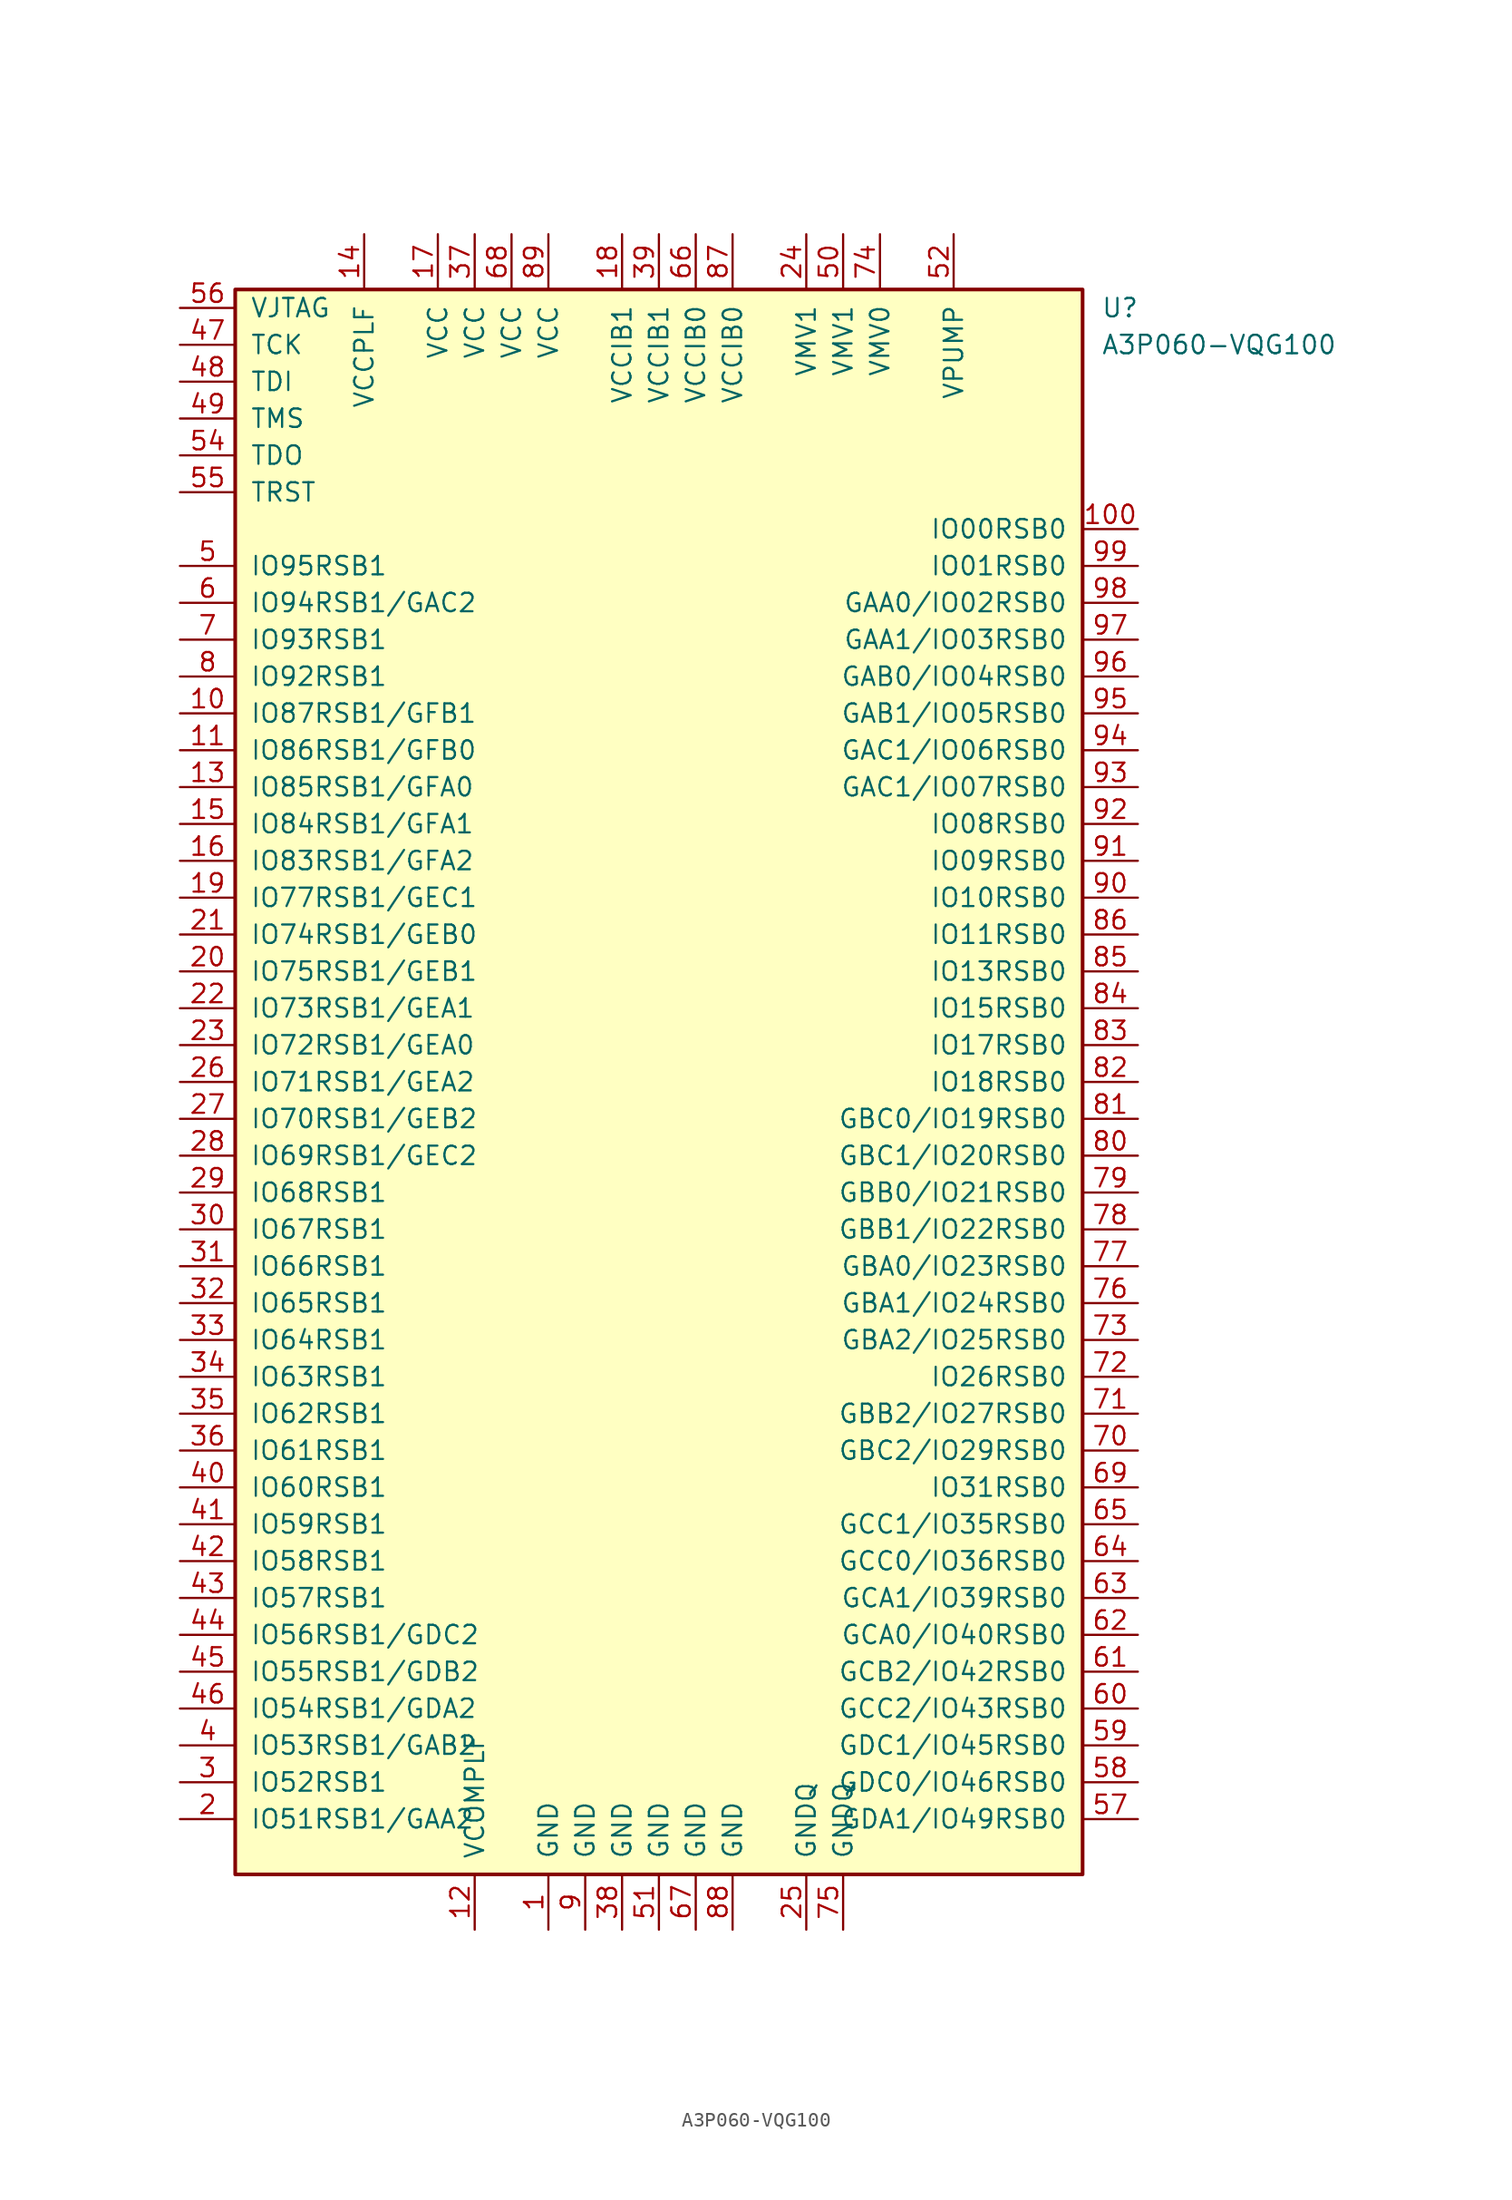
<source format=kicad_sym>
(kicad_symbol_lib
  (version 20231120)
  (generator "kicad_symbol_editor")
  (generator_version "8.0")
  (symbol "A3P060-VQG100"
    (pin_names
      (offset 1.016))
    (property "Reference" "U"
      (at 30.48 53.34 0)
      (effects (font (size 1.27 1.27)) (justify left)))
    (property "Value" "A3P060-VQG100"
      (at 30.48 50.8 0)
      (effects (font (size 1.27 1.27)) (justify left)))
    (symbol "A3P060-VQG100_0_1"
      (rectangle (start -29.21 54.61) (end 29.21 -54.61) (stroke (width 0.254) (type default)) (fill (type background))))
    (symbol "A3P060-VQG100_1_1"
      (pin power_in line (at -7.62 -58.42 90) (length 3.81) (name "GND" (effects (font (size 1.27 1.27)))) (number "1" (effects (font (size 1.27 1.27)))))
      (pin bidirectional line (at -33.02 25.4 0) (length 3.81) (name "IO87RSB1/GFB1" (effects (font (size 1.27 1.27)))) (number "10" (effects (font (size 1.27 1.27)))))
      (pin bidirectional line (at 33.02 38.1 180) (length 3.81) (name "IO00RSB0" (effects (font (size 1.27 1.27)))) (number "100" (effects (font (size 1.27 1.27)))))
      (pin bidirectional line (at -33.02 22.86 0) (length 3.81) (name "IO86RSB1/GFB0" (effects (font (size 1.27 1.27)))) (number "11" (effects (font (size 1.27 1.27)))))
      (pin power_in line (at -12.7 -58.42 90) (length 3.81) (name "VCOMPLF" (effects (font (size 1.27 1.27)))) (number "12" (effects (font (size 1.27 1.27)))))
      (pin bidirectional line (at -33.02 20.32 0) (length 3.81) (name "IO85RSB1/GFA0" (effects (font (size 1.27 1.27)))) (number "13" (effects (font (size 1.27 1.27)))))
      (pin power_in line (at -20.32 58.42 270) (length 3.81) (name "VCCPLF" (effects (font (size 1.27 1.27)))) (number "14" (effects (font (size 1.27 1.27)))))
      (pin bidirectional line (at -33.02 17.78 0) (length 3.81) (name "IO84RSB1/GFA1" (effects (font (size 1.27 1.27)))) (number "15" (effects (font (size 1.27 1.27)))))
      (pin bidirectional line (at -33.02 15.24 0) (length 3.81) (name "IO83RSB1/GFA2" (effects (font (size 1.27 1.27)))) (number "16" (effects (font (size 1.27 1.27)))))
      (pin power_in line (at -15.24 58.42 270) (length 3.81) (name "VCC" (effects (font (size 1.27 1.27)))) (number "17" (effects (font (size 1.27 1.27)))))
      (pin power_in line (at -2.54 58.42 270) (length 3.81) (name "VCCIB1" (effects (font (size 1.27 1.27)))) (number "18" (effects (font (size 1.27 1.27)))))
      (pin bidirectional line (at -33.02 12.7 0) (length 3.81) (name "IO77RSB1/GEC1" (effects (font (size 1.27 1.27)))) (number "19" (effects (font (size 1.27 1.27)))))
      (pin bidirectional line (at -33.02 -50.8 0) (length 3.81) (name "IO51RSB1/GAA2" (effects (font (size 1.27 1.27)))) (number "2" (effects (font (size 1.27 1.27)))))
      (pin bidirectional line (at -33.02 7.62 0) (length 3.81) (name "IO75RSB1/GEB1" (effects (font (size 1.27 1.27)))) (number "20" (effects (font (size 1.27 1.27)))))
      (pin bidirectional line (at -33.02 10.16 0) (length 3.81) (name "IO74RSB1/GEB0" (effects (font (size 1.27 1.27)))) (number "21" (effects (font (size 1.27 1.27)))))
      (pin bidirectional line (at -33.02 5.08 0) (length 3.81) (name "IO73RSB1/GEA1" (effects (font (size 1.27 1.27)))) (number "22" (effects (font (size 1.27 1.27)))))
      (pin bidirectional line (at -33.02 2.54 0) (length 3.81) (name "IO72RSB1/GEA0" (effects (font (size 1.27 1.27)))) (number "23" (effects (font (size 1.27 1.27)))))
      (pin power_in line (at 10.16 58.42 270) (length 3.81) (name "VMV1" (effects (font (size 1.27 1.27)))) (number "24" (effects (font (size 1.27 1.27)))))
      (pin power_in line (at 10.16 -58.42 90) (length 3.81) (name "GNDQ" (effects (font (size 1.27 1.27)))) (number "25" (effects (font (size 1.27 1.27)))))
      (pin bidirectional line (at -33.02 0 0) (length 3.81) (name "IO71RSB1/GEA2" (effects (font (size 1.27 1.27)))) (number "26" (effects (font (size 1.27 1.27)))))
      (pin bidirectional line (at -33.02 -2.54 0) (length 3.81) (name "IO70RSB1/GEB2" (effects (font (size 1.27 1.27)))) (number "27" (effects (font (size 1.27 1.27)))))
      (pin bidirectional line (at -33.02 -5.08 0) (length 3.81) (name "IO69RSB1/GEC2" (effects (font (size 1.27 1.27)))) (number "28" (effects (font (size 1.27 1.27)))))
      (pin bidirectional line (at -33.02 -7.62 0) (length 3.81) (name "IO68RSB1" (effects (font (size 1.27 1.27)))) (number "29" (effects (font (size 1.27 1.27)))))
      (pin bidirectional line (at -33.02 -48.26 0) (length 3.81) (name "IO52RSB1" (effects (font (size 1.27 1.27)))) (number "3" (effects (font (size 1.27 1.27)))))
      (pin bidirectional line (at -33.02 -10.16 0) (length 3.81) (name "IO67RSB1" (effects (font (size 1.27 1.27)))) (number "30" (effects (font (size 1.27 1.27)))))
      (pin bidirectional line (at -33.02 -12.7 0) (length 3.81) (name "IO66RSB1" (effects (font (size 1.27 1.27)))) (number "31" (effects (font (size 1.27 1.27)))))
      (pin bidirectional line (at -33.02 -15.24 0) (length 3.81) (name "IO65RSB1" (effects (font (size 1.27 1.27)))) (number "32" (effects (font (size 1.27 1.27)))))
      (pin bidirectional line (at -33.02 -17.78 0) (length 3.81) (name "IO64RSB1" (effects (font (size 1.27 1.27)))) (number "33" (effects (font (size 1.27 1.27)))))
      (pin bidirectional line (at -33.02 -20.32 0) (length 3.81) (name "IO63RSB1" (effects (font (size 1.27 1.27)))) (number "34" (effects (font (size 1.27 1.27)))))
      (pin bidirectional line (at -33.02 -22.86 0) (length 3.81) (name "IO62RSB1" (effects (font (size 1.27 1.27)))) (number "35" (effects (font (size 1.27 1.27)))))
      (pin bidirectional line (at -33.02 -25.4 0) (length 3.81) (name "IO61RSB1" (effects (font (size 1.27 1.27)))) (number "36" (effects (font (size 1.27 1.27)))))
      (pin power_in line (at -12.7 58.42 270) (length 3.81) (name "VCC" (effects (font (size 1.27 1.27)))) (number "37" (effects (font (size 1.27 1.27)))))
      (pin power_in line (at -2.54 -58.42 90) (length 3.81) (name "GND" (effects (font (size 1.27 1.27)))) (number "38" (effects (font (size 1.27 1.27)))))
      (pin power_in line (at 0 58.42 270) (length 3.81) (name "VCCIB1" (effects (font (size 1.27 1.27)))) (number "39" (effects (font (size 1.27 1.27)))))
      (pin bidirectional line (at -33.02 -45.72 0) (length 3.81) (name "IO53RSB1/GAB2" (effects (font (size 1.27 1.27)))) (number "4" (effects (font (size 1.27 1.27)))))
      (pin bidirectional line (at -33.02 -27.94 0) (length 3.81) (name "IO60RSB1" (effects (font (size 1.27 1.27)))) (number "40" (effects (font (size 1.27 1.27)))))
      (pin bidirectional line (at -33.02 -30.48 0) (length 3.81) (name "IO59RSB1" (effects (font (size 1.27 1.27)))) (number "41" (effects (font (size 1.27 1.27)))))
      (pin bidirectional line (at -33.02 -33.02 0) (length 3.81) (name "IO58RSB1" (effects (font (size 1.27 1.27)))) (number "42" (effects (font (size 1.27 1.27)))))
      (pin bidirectional line (at -33.02 -35.56 0) (length 3.81) (name "IO57RSB1" (effects (font (size 1.27 1.27)))) (number "43" (effects (font (size 1.27 1.27)))))
      (pin bidirectional line (at -33.02 -38.1 0) (length 3.81) (name "IO56RSB1/GDC2" (effects (font (size 1.27 1.27)))) (number "44" (effects (font (size 1.27 1.27)))))
      (pin bidirectional line (at -33.02 -40.64 0) (length 3.81) (name "IO55RSB1/GDB2" (effects (font (size 1.27 1.27)))) (number "45" (effects (font (size 1.27 1.27)))))
      (pin bidirectional line (at -33.02 -43.18 0) (length 3.81) (name "IO54RSB1/GDA2" (effects (font (size 1.27 1.27)))) (number "46" (effects (font (size 1.27 1.27)))))
      (pin bidirectional line (at -33.02 50.8 0) (length 3.81) (name "TCK" (effects (font (size 1.27 1.27)))) (number "47" (effects (font (size 1.27 1.27)))))
      (pin bidirectional line (at -33.02 48.26 0) (length 3.81) (name "TDI" (effects (font (size 1.27 1.27)))) (number "48" (effects (font (size 1.27 1.27)))))
      (pin bidirectional line (at -33.02 45.72 0) (length 3.81) (name "TMS" (effects (font (size 1.27 1.27)))) (number "49" (effects (font (size 1.27 1.27)))))
      (pin bidirectional line (at -33.02 35.56 0) (length 3.81) (name "IO95RSB1" (effects (font (size 1.27 1.27)))) (number "5" (effects (font (size 1.27 1.27)))))
      (pin power_in line (at 12.7 58.42 270) (length 3.81) (name "VMV1" (effects (font (size 1.27 1.27)))) (number "50" (effects (font (size 1.27 1.27)))))
      (pin power_in line (at 0 -58.42 90) (length 3.81) (name "GND" (effects (font (size 1.27 1.27)))) (number "51" (effects (font (size 1.27 1.27)))))
      (pin power_in line (at 20.32 58.42 270) (length 3.81) (name "VPUMP" (effects (font (size 1.27 1.27)))) (number "52" (effects (font (size 1.27 1.27)))))
      (pin bidirectional line (at -33.02 43.18 0) (length 3.81) (name "TDO" (effects (font (size 1.27 1.27)))) (number "54" (effects (font (size 1.27 1.27)))))
      (pin bidirectional line (at -33.02 40.64 0) (length 3.81) (name "TRST" (effects (font (size 1.27 1.27)))) (number "55" (effects (font (size 1.27 1.27)))))
      (pin bidirectional line (at -33.02 53.34 0) (length 3.81) (name "VJTAG" (effects (font (size 1.27 1.27)))) (number "56" (effects (font (size 1.27 1.27)))))
      (pin bidirectional line (at 33.02 -50.8 180) (length 3.81) (name "GDA1/IO49RSB0" (effects (font (size 1.27 1.27)))) (number "57" (effects (font (size 1.27 1.27)))))
      (pin bidirectional line (at 33.02 -48.26 180) (length 3.81) (name "GDC0/IO46RSB0" (effects (font (size 1.27 1.27)))) (number "58" (effects (font (size 1.27 1.27)))))
      (pin bidirectional line (at 33.02 -45.72 180) (length 3.81) (name "GDC1/IO45RSB0" (effects (font (size 1.27 1.27)))) (number "59" (effects (font (size 1.27 1.27)))))
      (pin bidirectional line (at -33.02 33.02 0) (length 3.81) (name "IO94RSB1/GAC2" (effects (font (size 1.27 1.27)))) (number "6" (effects (font (size 1.27 1.27)))))
      (pin bidirectional line (at 33.02 -43.18 180) (length 3.81) (name "GCC2/IO43RSB0" (effects (font (size 1.27 1.27)))) (number "60" (effects (font (size 1.27 1.27)))))
      (pin bidirectional line (at 33.02 -40.64 180) (length 3.81) (name "GCB2/IO42RSB0" (effects (font (size 1.27 1.27)))) (number "61" (effects (font (size 1.27 1.27)))))
      (pin bidirectional line (at 33.02 -38.1 180) (length 3.81) (name "GCA0/IO40RSB0" (effects (font (size 1.27 1.27)))) (number "62" (effects (font (size 1.27 1.27)))))
      (pin bidirectional line (at 33.02 -35.56 180) (length 3.81) (name "GCA1/IO39RSB0" (effects (font (size 1.27 1.27)))) (number "63" (effects (font (size 1.27 1.27)))))
      (pin bidirectional line (at 33.02 -33.02 180) (length 3.81) (name "GCC0/IO36RSB0" (effects (font (size 1.27 1.27)))) (number "64" (effects (font (size 1.27 1.27)))))
      (pin bidirectional line (at 33.02 -30.48 180) (length 3.81) (name "GCC1/IO35RSB0" (effects (font (size 1.27 1.27)))) (number "65" (effects (font (size 1.27 1.27)))))
      (pin power_in line (at 2.54 58.42 270) (length 3.81) (name "VCCIB0" (effects (font (size 1.27 1.27)))) (number "66" (effects (font (size 1.27 1.27)))))
      (pin power_in line (at 2.54 -58.42 90) (length 3.81) (name "GND" (effects (font (size 1.27 1.27)))) (number "67" (effects (font (size 1.27 1.27)))))
      (pin power_in line (at -10.16 58.42 270) (length 3.81) (name "VCC" (effects (font (size 1.27 1.27)))) (number "68" (effects (font (size 1.27 1.27)))))
      (pin bidirectional line (at 33.02 -27.94 180) (length 3.81) (name "IO31RSB0" (effects (font (size 1.27 1.27)))) (number "69" (effects (font (size 1.27 1.27)))))
      (pin input line (at -33.02 30.48 0) (length 3.81) (name "IO93RSB1" (effects (font (size 1.27 1.27)))) (number "7" (effects (font (size 1.27 1.27)))))
      (pin bidirectional line (at 33.02 -25.4 180) (length 3.81) (name "GBC2/IO29RSB0" (effects (font (size 1.27 1.27)))) (number "70" (effects (font (size 1.27 1.27)))))
      (pin bidirectional line (at 33.02 -22.86 180) (length 3.81) (name "GBB2/IO27RSB0" (effects (font (size 1.27 1.27)))) (number "71" (effects (font (size 1.27 1.27)))))
      (pin bidirectional line (at 33.02 -20.32 180) (length 3.81) (name "IO26RSB0" (effects (font (size 1.27 1.27)))) (number "72" (effects (font (size 1.27 1.27)))))
      (pin bidirectional line (at 33.02 -17.78 180) (length 3.81) (name "GBA2/IO25RSB0" (effects (font (size 1.27 1.27)))) (number "73" (effects (font (size 1.27 1.27)))))
      (pin power_in line (at 15.24 58.42 270) (length 3.81) (name "VMV0" (effects (font (size 1.27 1.27)))) (number "74" (effects (font (size 1.27 1.27)))))
      (pin power_in line (at 12.7 -58.42 90) (length 3.81) (name "GNDQ" (effects (font (size 1.27 1.27)))) (number "75" (effects (font (size 1.27 1.27)))))
      (pin bidirectional line (at 33.02 -15.24 180) (length 3.81) (name "GBA1/IO24RSB0" (effects (font (size 1.27 1.27)))) (number "76" (effects (font (size 1.27 1.27)))))
      (pin bidirectional line (at 33.02 -12.7 180) (length 3.81) (name "GBA0/IO23RSB0" (effects (font (size 1.27 1.27)))) (number "77" (effects (font (size 1.27 1.27)))))
      (pin bidirectional line (at 33.02 -10.16 180) (length 3.81) (name "GBB1/IO22RSB0" (effects (font (size 1.27 1.27)))) (number "78" (effects (font (size 1.27 1.27)))))
      (pin bidirectional line (at 33.02 -7.62 180) (length 3.81) (name "GBB0/IO21RSB0" (effects (font (size 1.27 1.27)))) (number "79" (effects (font (size 1.27 1.27)))))
      (pin bidirectional line (at -33.02 27.94 0) (length 3.81) (name "IO92RSB1" (effects (font (size 1.27 1.27)))) (number "8" (effects (font (size 1.27 1.27)))))
      (pin bidirectional line (at 33.02 -5.08 180) (length 3.81) (name "GBC1/IO20RSB0" (effects (font (size 1.27 1.27)))) (number "80" (effects (font (size 1.27 1.27)))))
      (pin bidirectional line (at 33.02 -2.54 180) (length 3.81) (name "GBC0/IO19RSB0" (effects (font (size 1.27 1.27)))) (number "81" (effects (font (size 1.27 1.27)))))
      (pin bidirectional line (at 33.02 0 180) (length 3.81) (name "IO18RSB0" (effects (font (size 1.27 1.27)))) (number "82" (effects (font (size 1.27 1.27)))))
      (pin bidirectional line (at 33.02 2.54 180) (length 3.81) (name "IO17RSB0" (effects (font (size 1.27 1.27)))) (number "83" (effects (font (size 1.27 1.27)))))
      (pin bidirectional line (at 33.02 5.08 180) (length 3.81) (name "IO15RSB0" (effects (font (size 1.27 1.27)))) (number "84" (effects (font (size 1.27 1.27)))))
      (pin bidirectional line (at 33.02 7.62 180) (length 3.81) (name "IO13RSB0" (effects (font (size 1.27 1.27)))) (number "85" (effects (font (size 1.27 1.27)))))
      (pin bidirectional line (at 33.02 10.16 180) (length 3.81) (name "IO11RSB0" (effects (font (size 1.27 1.27)))) (number "86" (effects (font (size 1.27 1.27)))))
      (pin power_in line (at 5.08 58.42 270) (length 3.81) (name "VCCIB0" (effects (font (size 1.27 1.27)))) (number "87" (effects (font (size 1.27 1.27)))))
      (pin power_in line (at 5.08 -58.42 90) (length 3.81) (name "GND" (effects (font (size 1.27 1.27)))) (number "88" (effects (font (size 1.27 1.27)))))
      (pin power_in line (at -7.62 58.42 270) (length 3.81) (name "VCC" (effects (font (size 1.27 1.27)))) (number "89" (effects (font (size 1.27 1.27)))))
      (pin power_in line (at -5.08 -58.42 90) (length 3.81) (name "GND" (effects (font (size 1.27 1.27)))) (number "9" (effects (font (size 1.27 1.27)))))
      (pin input line (at 33.02 12.7 180) (length 3.81) (name "IO10RSB0" (effects (font (size 1.27 1.27)))) (number "90" (effects (font (size 1.27 1.27)))))
      (pin bidirectional line (at 33.02 15.24 180) (length 3.81) (name "IO09RSB0" (effects (font (size 1.27 1.27)))) (number "91" (effects (font (size 1.27 1.27)))))
      (pin bidirectional line (at 33.02 17.78 180) (length 3.81) (name "IO08RSB0" (effects (font (size 1.27 1.27)))) (number "92" (effects (font (size 1.27 1.27)))))
      (pin bidirectional line (at 33.02 20.32 180) (length 3.81) (name "GAC1/IO07RSB0" (effects (font (size 1.27 1.27)))) (number "93" (effects (font (size 1.27 1.27)))))
      (pin bidirectional line (at 33.02 22.86 180) (length 3.81) (name "GAC1/IO06RSB0" (effects (font (size 1.27 1.27)))) (number "94" (effects (font (size 1.27 1.27)))))
      (pin bidirectional line (at 33.02 25.4 180) (length 3.81) (name "GAB1/IO05RSB0" (effects (font (size 1.27 1.27)))) (number "95" (effects (font (size 1.27 1.27)))))
      (pin bidirectional line (at 33.02 27.94 180) (length 3.81) (name "GAB0/IO04RSB0" (effects (font (size 1.27 1.27)))) (number "96" (effects (font (size 1.27 1.27)))))
      (pin bidirectional line (at 33.02 30.48 180) (length 3.81) (name "GAA1/IO03RSB0" (effects (font (size 1.27 1.27)))) (number "97" (effects (font (size 1.27 1.27)))))
      (pin bidirectional line (at 33.02 33.02 180) (length 3.81) (name "GAA0/IO02RSB0" (effects (font (size 1.27 1.27)))) (number "98" (effects (font (size 1.27 1.27)))))
      (pin bidirectional line (at 33.02 35.56 180) (length 3.81) (name "IO01RSB0" (effects (font (size 1.27 1.27)))) (number "99" (effects (font (size 1.27 1.27))))))))
</source>
